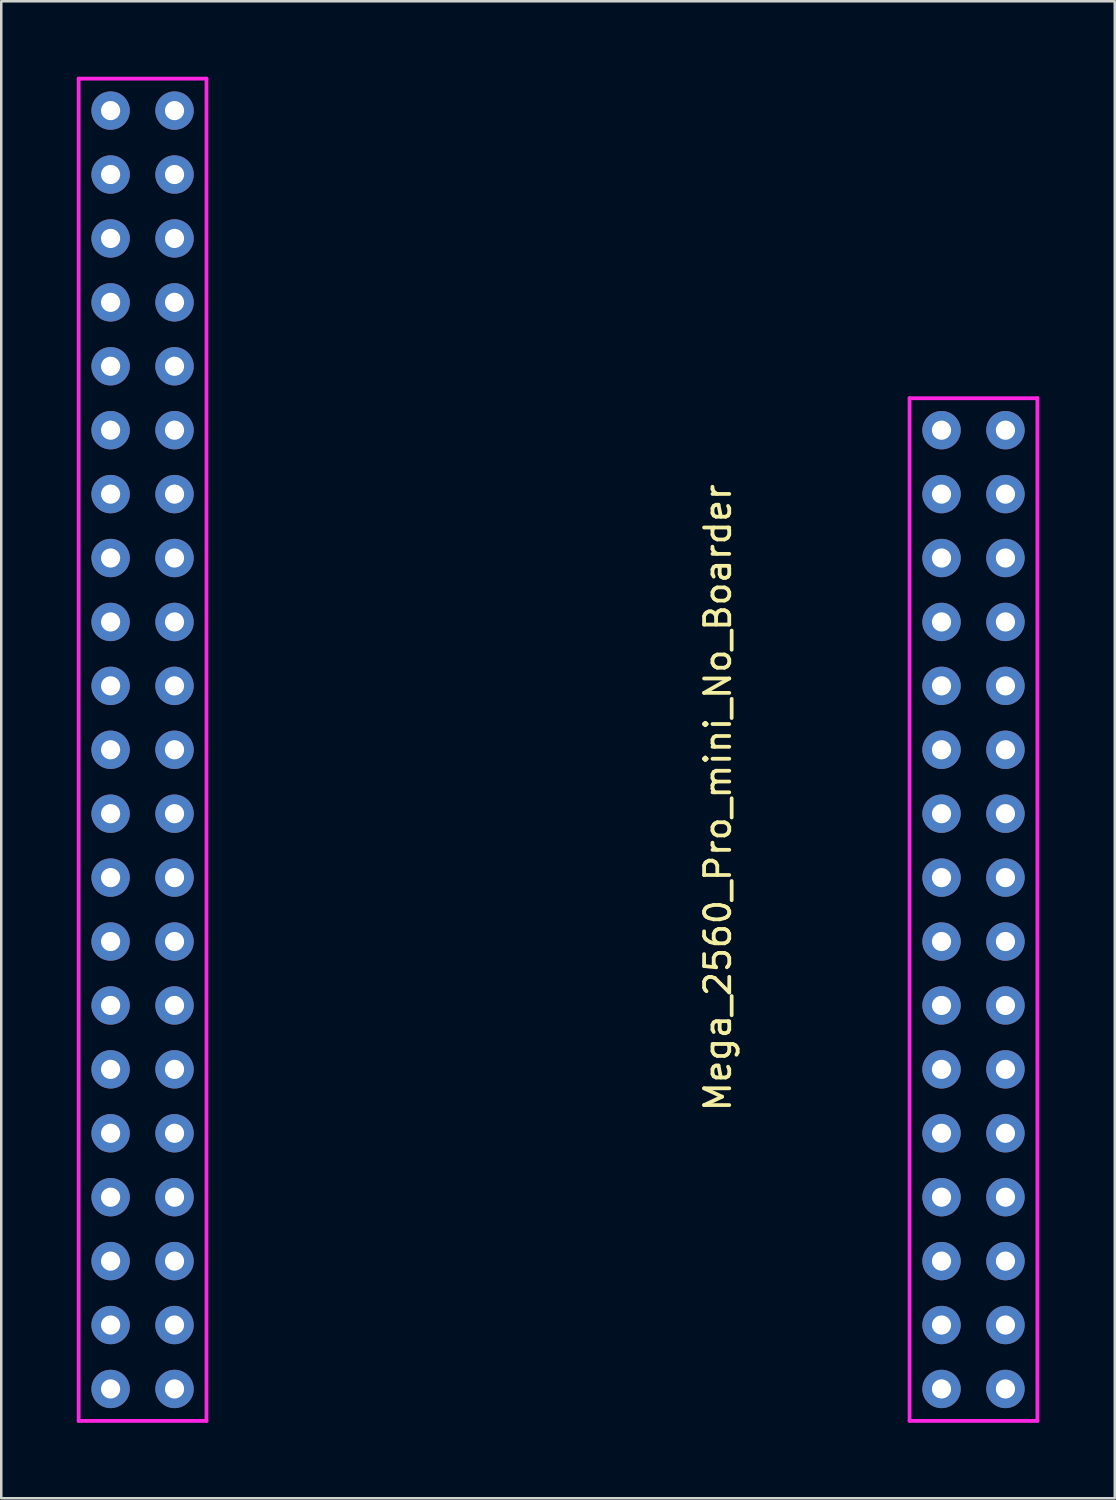
<source format=kicad_pcb>
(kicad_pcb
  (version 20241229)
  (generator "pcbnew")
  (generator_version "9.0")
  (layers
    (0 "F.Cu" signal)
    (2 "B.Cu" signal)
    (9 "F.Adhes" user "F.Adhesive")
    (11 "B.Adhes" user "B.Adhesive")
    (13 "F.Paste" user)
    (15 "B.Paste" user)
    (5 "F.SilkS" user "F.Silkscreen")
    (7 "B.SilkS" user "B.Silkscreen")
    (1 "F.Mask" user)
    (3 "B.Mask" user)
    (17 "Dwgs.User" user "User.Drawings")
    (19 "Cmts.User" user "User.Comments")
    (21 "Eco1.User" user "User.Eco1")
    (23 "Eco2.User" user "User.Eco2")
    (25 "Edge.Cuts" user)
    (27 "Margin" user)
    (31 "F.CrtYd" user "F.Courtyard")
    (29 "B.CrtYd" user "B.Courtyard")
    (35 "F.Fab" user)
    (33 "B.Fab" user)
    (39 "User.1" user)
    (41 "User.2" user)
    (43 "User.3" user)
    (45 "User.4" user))
  (footprint "Mega_2560_Pro_mini_No_Boarder"
    (layer "F.Cu")
    (at 19.125 26.745)
    (property "Reference" "Mega_2560_Pro_mini_No_Boarder" (at 6.35 1.905 270) (layer "F.SilkS") (effects (font (size 1 1) (thickness 0.15))))
    (attr through_hole)
    (fp_line (start -19.05 -26.67) (end -13.97 -26.67) (stroke (width 0.08) (type solid)) (layer "F.SilkS"))
    (fp_line (start -19.05 26.67) (end -19.05 -26.67) (stroke (width 0.08) (type solid)) (layer "F.SilkS"))
    (fp_line (start -13.97 -26.67) (end -13.97 26.67) (stroke (width 0.08) (type solid)) (layer "F.SilkS"))
    (fp_line (start -13.97 26.67) (end -19.05 26.67) (stroke (width 0.08) (type solid)) (layer "F.SilkS"))
    (fp_line (start 13.97 -13.97) (end 13.97 26.67) (stroke (width 0.08) (type solid)) (layer "F.SilkS"))
    (fp_line (start 13.97 -13.97) (end 19.05 -13.97) (stroke (width 0.08) (type solid)) (layer "F.SilkS"))
    (fp_line (start 19.05 26.67) (end 13.97 26.67) (stroke (width 0.08) (type solid)) (layer "F.SilkS"))
    (fp_line (start 19.05 26.67) (end 19.05 -13.97) (stroke (width 0.08) (type solid)) (layer "F.SilkS"))
    (fp_line (start -19.05 -26.67) (end -19.05 26.67) (stroke (width 0.15) (type solid)) (layer "F.CrtYd"))
    (fp_line (start -13.97 -26.67) (end -19.05 -26.67) (stroke (width 0.15) (type solid)) (layer "F.CrtYd"))
    (fp_line (start -13.97 26.67) (end -19.05 26.67) (stroke (width 0.15) (type solid)) (layer "F.CrtYd"))
    (fp_line (start -13.97 26.67) (end -13.97 -26.67) (stroke (width 0.15) (type solid)) (layer "F.CrtYd"))
    (fp_line (start 13.97 -13.97) (end 13.97 26.67) (stroke (width 0.15) (type solid)) (layer "F.CrtYd"))
    (fp_line (start 13.97 26.67) (end 19.05 26.67) (stroke (width 0.15) (type solid)) (layer "F.CrtYd"))
    (fp_line (start 19.05 -13.97) (end 13.97 -13.97) (stroke (width 0.15) (type solid)) (layer "F.CrtYd"))
    (fp_line (start 19.05 26.67) (end 19.05 -13.97) (stroke (width 0.15) (type solid)) (layer "F.CrtYd"))
    (fp_line (start -19.05 -26.67) (end -13.97 -26.67) (stroke (width 0.04) (type solid)) (layer "F.Fab"))
    (fp_line (start -19.05 26.67) (end -19.05 -26.67) (stroke (width 0.04) (type solid)) (layer "F.Fab"))
    (fp_line (start -13.97 -26.67) (end -13.97 26.67) (stroke (width 0.04) (type solid)) (layer "F.Fab"))
    (fp_line (start -13.97 26.67) (end -19.05 26.67) (stroke (width 0.04) (type solid)) (layer "F.Fab"))
    (fp_line (start 13.97 -13.97) (end 13.97 26.67) (stroke (width 0.04) (type solid)) (layer "F.Fab"))
    (fp_line (start 19.05 -13.97) (end 13.97 -13.97) (stroke (width 0.04) (type solid)) (layer "F.Fab"))
    (fp_line (start 19.05 -13.97) (end 19.05 26.67) (stroke (width 0.04) (type solid)) (layer "F.Fab"))
    (fp_line (start 19.05 26.67) (end 13.97 26.67) (stroke (width 0.04) (type solid)) (layer "F.Fab"))
    (pad "1" thru_hole circle (at -17.78 -25.4) (size 1.524 1.524) (drill 0.762) (layers "*.Cu" "*.Mask"))
    (pad "2" thru_hole circle (at -17.78 -22.86) (size 1.524 1.524) (drill 0.762) (layers "*.Cu" "*.Mask"))
    (pad "3" thru_hole circle (at -17.78 -20.32) (size 1.524 1.524) (drill 0.762) (layers "*.Cu" "*.Mask"))
    (pad "4" thru_hole circle (at -17.78 -17.78) (size 1.524 1.524) (drill 0.762) (layers "*.Cu" "*.Mask"))
    (pad "5" thru_hole circle (at -17.78 -15.24) (size 1.524 1.524) (drill 0.762) (layers "*.Cu" "*.Mask"))
    (pad "6" thru_hole circle (at -17.78 -12.7) (size 1.524 1.524) (drill 0.762) (layers "*.Cu" "*.Mask"))
    (pad "7" thru_hole circle (at -17.78 -10.16) (size 1.524 1.524) (drill 0.762) (layers "*.Cu" "*.Mask"))
    (pad "8" thru_hole circle (at -17.78 -7.62) (size 1.524 1.524) (drill 0.762) (layers "*.Cu" "*.Mask"))
    (pad "9" thru_hole circle (at -17.78 -5.08) (size 1.524 1.524) (drill 0.762) (layers "*.Cu" "*.Mask"))
    (pad "10" thru_hole circle (at -17.78 -2.54) (size 1.524 1.524) (drill 0.762) (layers "*.Cu" "*.Mask"))
    (pad "11" thru_hole circle (at -17.78 0) (size 1.524 1.524) (drill 0.762) (layers "*.Cu" "*.Mask"))
    (pad "12" thru_hole circle (at -17.78 2.54) (size 1.524 1.524) (drill 0.762) (layers "*.Cu" "*.Mask"))
    (pad "13" thru_hole circle (at -17.78 5.08) (size 1.524 1.524) (drill 0.762) (layers "*.Cu" "*.Mask"))
    (pad "14" thru_hole circle (at -17.78 7.62) (size 1.524 1.524) (drill 0.762) (layers "*.Cu" "*.Mask"))
    (pad "15" thru_hole circle (at -17.78 10.16) (size 1.524 1.524) (drill 0.762) (layers "*.Cu" "*.Mask"))
    (pad "16" thru_hole circle (at -17.78 12.7) (size 1.524 1.524) (drill 0.762) (layers "*.Cu" "*.Mask"))
    (pad "17" thru_hole circle (at -17.78 15.24) (size 1.524 1.524) (drill 0.762) (layers "*.Cu" "*.Mask"))
    (pad "18" thru_hole circle (at -17.78 17.78) (size 1.524 1.524) (drill 0.762) (layers "*.Cu" "*.Mask"))
    (pad "19" thru_hole circle (at -17.78 20.32) (size 1.524 1.524) (drill 0.762) (layers "*.Cu" "*.Mask"))
    (pad "20" thru_hole circle (at -17.78 22.86) (size 1.524 1.524) (drill 0.762) (layers "*.Cu" "*.Mask"))
    (pad "21" thru_hole circle (at -17.78 25.4) (size 1.524 1.524) (drill 0.762) (layers "*.Cu" "*.Mask"))
    (pad "22" thru_hole circle (at -15.24 -25.4) (size 1.524 1.524) (drill 0.762) (layers "*.Cu" "*.Mask"))
    (pad "23" thru_hole circle (at -15.24 -22.86) (size 1.524 1.524) (drill 0.762) (layers "*.Cu" "*.Mask"))
    (pad "24" thru_hole circle (at -15.24 -20.32) (size 1.524 1.524) (drill 0.762) (layers "*.Cu" "*.Mask"))
    (pad "25" thru_hole circle (at -15.24 -17.78) (size 1.524 1.524) (drill 0.762) (layers "*.Cu" "*.Mask"))
    (pad "26" thru_hole circle (at -15.24 -15.24) (size 1.524 1.524) (drill 0.762) (layers "*.Cu" "*.Mask"))
    (pad "27" thru_hole circle (at -15.24 -12.7) (size 1.524 1.524) (drill 0.762) (layers "*.Cu" "*.Mask"))
    (pad "28" thru_hole circle (at -15.24 -10.16) (size 1.524 1.524) (drill 0.762) (layers "*.Cu" "*.Mask"))
    (pad "29" thru_hole circle (at -15.24 -7.62) (size 1.524 1.524) (drill 0.762) (layers "*.Cu" "*.Mask"))
    (pad "30" thru_hole circle (at -15.24 -5.08) (size 1.524 1.524) (drill 0.762) (layers "*.Cu" "*.Mask"))
    (pad "31" thru_hole circle (at -15.24 -2.54) (size 1.524 1.524) (drill 0.762) (layers "*.Cu" "*.Mask"))
    (pad "32" thru_hole circle (at -15.24 0) (size 1.524 1.524) (drill 0.762) (layers "*.Cu" "*.Mask"))
    (pad "33" thru_hole circle (at -15.24 2.54) (size 1.524 1.524) (drill 0.762) (layers "*.Cu" "*.Mask"))
    (pad "34" thru_hole circle (at -15.24 5.08) (size 1.524 1.524) (drill 0.762) (layers "*.Cu" "*.Mask"))
    (pad "35" thru_hole circle (at -15.24 7.62) (size 1.524 1.524) (drill 0.762) (layers "*.Cu" "*.Mask"))
    (pad "36" thru_hole circle (at -15.24 10.16) (size 1.524 1.524) (drill 0.762) (layers "*.Cu" "*.Mask"))
    (pad "37" thru_hole circle (at -15.24 12.7) (size 1.524 1.524) (drill 0.762) (layers "*.Cu" "*.Mask"))
    (pad "38" thru_hole circle (at -15.24 15.24) (size 1.524 1.524) (drill 0.762) (layers "*.Cu" "*.Mask"))
    (pad "39" thru_hole circle (at -15.24 17.78) (size 1.524 1.524) (drill 0.762) (layers "*.Cu" "*.Mask"))
    (pad "40" thru_hole circle (at -15.24 20.32) (size 1.524 1.524) (drill 0.762) (layers "*.Cu" "*.Mask"))
    (pad "41" thru_hole circle (at -15.24 22.86) (size 1.524 1.524) (drill 0.762) (layers "*.Cu" "*.Mask"))
    (pad "42" thru_hole circle (at -15.24 25.4) (size 1.524 1.524) (drill 0.762) (layers "*.Cu" "*.Mask"))
    (pad "43" thru_hole circle (at 15.24 -12.7) (size 1.524 1.524) (drill 0.762) (layers "*.Cu" "*.Mask"))
    (pad "44" thru_hole circle (at 15.24 -10.16) (size 1.524 1.524) (drill 0.762) (layers "*.Cu" "*.Mask"))
    (pad "45" thru_hole circle (at 15.24 -7.62) (size 1.524 1.524) (drill 0.762) (layers "*.Cu" "*.Mask"))
    (pad "46" thru_hole circle (at 15.24 -5.08) (size 1.524 1.524) (drill 0.762) (layers "*.Cu" "*.Mask"))
    (pad "47" thru_hole circle (at 15.24 -2.54) (size 1.524 1.524) (drill 0.762) (layers "*.Cu" "*.Mask"))
    (pad "48" thru_hole circle (at 15.24 0) (size 1.524 1.524) (drill 0.762) (layers "*.Cu" "*.Mask"))
    (pad "49" thru_hole circle (at 15.24 2.54) (size 1.524 1.524) (drill 0.762) (layers "*.Cu" "*.Mask"))
    (pad "50" thru_hole circle (at 15.24 5.08) (size 1.524 1.524) (drill 0.762) (layers "*.Cu" "*.Mask"))
    (pad "51" thru_hole circle (at 15.24 7.62) (size 1.524 1.524) (drill 0.762) (layers "*.Cu" "*.Mask"))
    (pad "52" thru_hole circle (at 15.24 10.16) (size 1.524 1.524) (drill 0.762) (layers "*.Cu" "*.Mask"))
    (pad "53" thru_hole circle (at 15.24 12.7) (size 1.524 1.524) (drill 0.762) (layers "*.Cu" "*.Mask"))
    (pad "54" thru_hole circle (at 15.24 15.24) (size 1.524 1.524) (drill 0.762) (layers "*.Cu" "*.Mask"))
    (pad "55" thru_hole circle (at 15.24 17.78) (size 1.524 1.524) (drill 0.762) (layers "*.Cu" "*.Mask"))
    (pad "56" thru_hole circle (at 15.24 20.32) (size 1.524 1.524) (drill 0.762) (layers "*.Cu" "*.Mask"))
    (pad "57" thru_hole circle (at 15.24 22.86) (size 1.524 1.524) (drill 0.762) (layers "*.Cu" "*.Mask"))
    (pad "58" thru_hole circle (at 15.24 25.4) (size 1.524 1.524) (drill 0.762) (layers "*.Cu" "*.Mask"))
    (pad "59" thru_hole circle (at 17.78 -12.7) (size 1.524 1.524) (drill 0.762) (layers "*.Cu" "*.Mask"))
    (pad "60" thru_hole circle (at 17.78 -10.16) (size 1.524 1.524) (drill 0.762) (layers "*.Cu" "*.Mask"))
    (pad "61" thru_hole circle (at 17.78 -7.62) (size 1.524 1.524) (drill 0.762) (layers "*.Cu" "*.Mask"))
    (pad "62" thru_hole circle (at 17.78 -5.08) (size 1.524 1.524) (drill 0.762) (layers "*.Cu" "*.Mask"))
    (pad "63" thru_hole circle (at 17.78 -2.54) (size 1.524 1.524) (drill 0.762) (layers "*.Cu" "*.Mask"))
    (pad "64" thru_hole circle (at 17.78 0) (size 1.524 1.524) (drill 0.762) (layers "*.Cu" "*.Mask"))
    (pad "65" thru_hole circle (at 17.78 2.54) (size 1.524 1.524) (drill 0.762) (layers "*.Cu" "*.Mask"))
    (pad "66" thru_hole circle (at 17.78 5.08) (size 1.524 1.524) (drill 0.762) (layers "*.Cu" "*.Mask"))
    (pad "67" thru_hole circle (at 17.78 7.62) (size 1.524 1.524) (drill 0.762) (layers "*.Cu" "*.Mask"))
    (pad "68" thru_hole circle (at 17.78 10.16) (size 1.524 1.524) (drill 0.762) (layers "*.Cu" "*.Mask"))
    (pad "69" thru_hole circle (at 17.78 12.7) (size 1.524 1.524) (drill 0.762) (layers "*.Cu" "*.Mask"))
    (pad "70" thru_hole circle (at 17.78 15.24) (size 1.524 1.524) (drill 0.762) (layers "*.Cu" "*.Mask"))
    (pad "71" thru_hole circle (at 17.78 17.78) (size 1.524 1.524) (drill 0.762) (layers "*.Cu" "*.Mask"))
    (pad "72" thru_hole circle (at 17.78 20.32) (size 1.524 1.524) (drill 0.762) (layers "*.Cu" "*.Mask"))
    (pad "73" thru_hole circle (at 17.78 22.86) (size 1.524 1.524) (drill 0.762) (layers "*.Cu" "*.Mask"))
    (pad "74" thru_hole circle (at 17.78 25.4) (size 1.524 1.524) (drill 0.762) (layers "*.Cu" "*.Mask")))
  (gr_rect
    (start -3 -3)
    (end 41.25 56.49)
    (stroke (width 0.1) (type default))
    (fill no)
    (layer "Edge.Cuts")))
</source>
